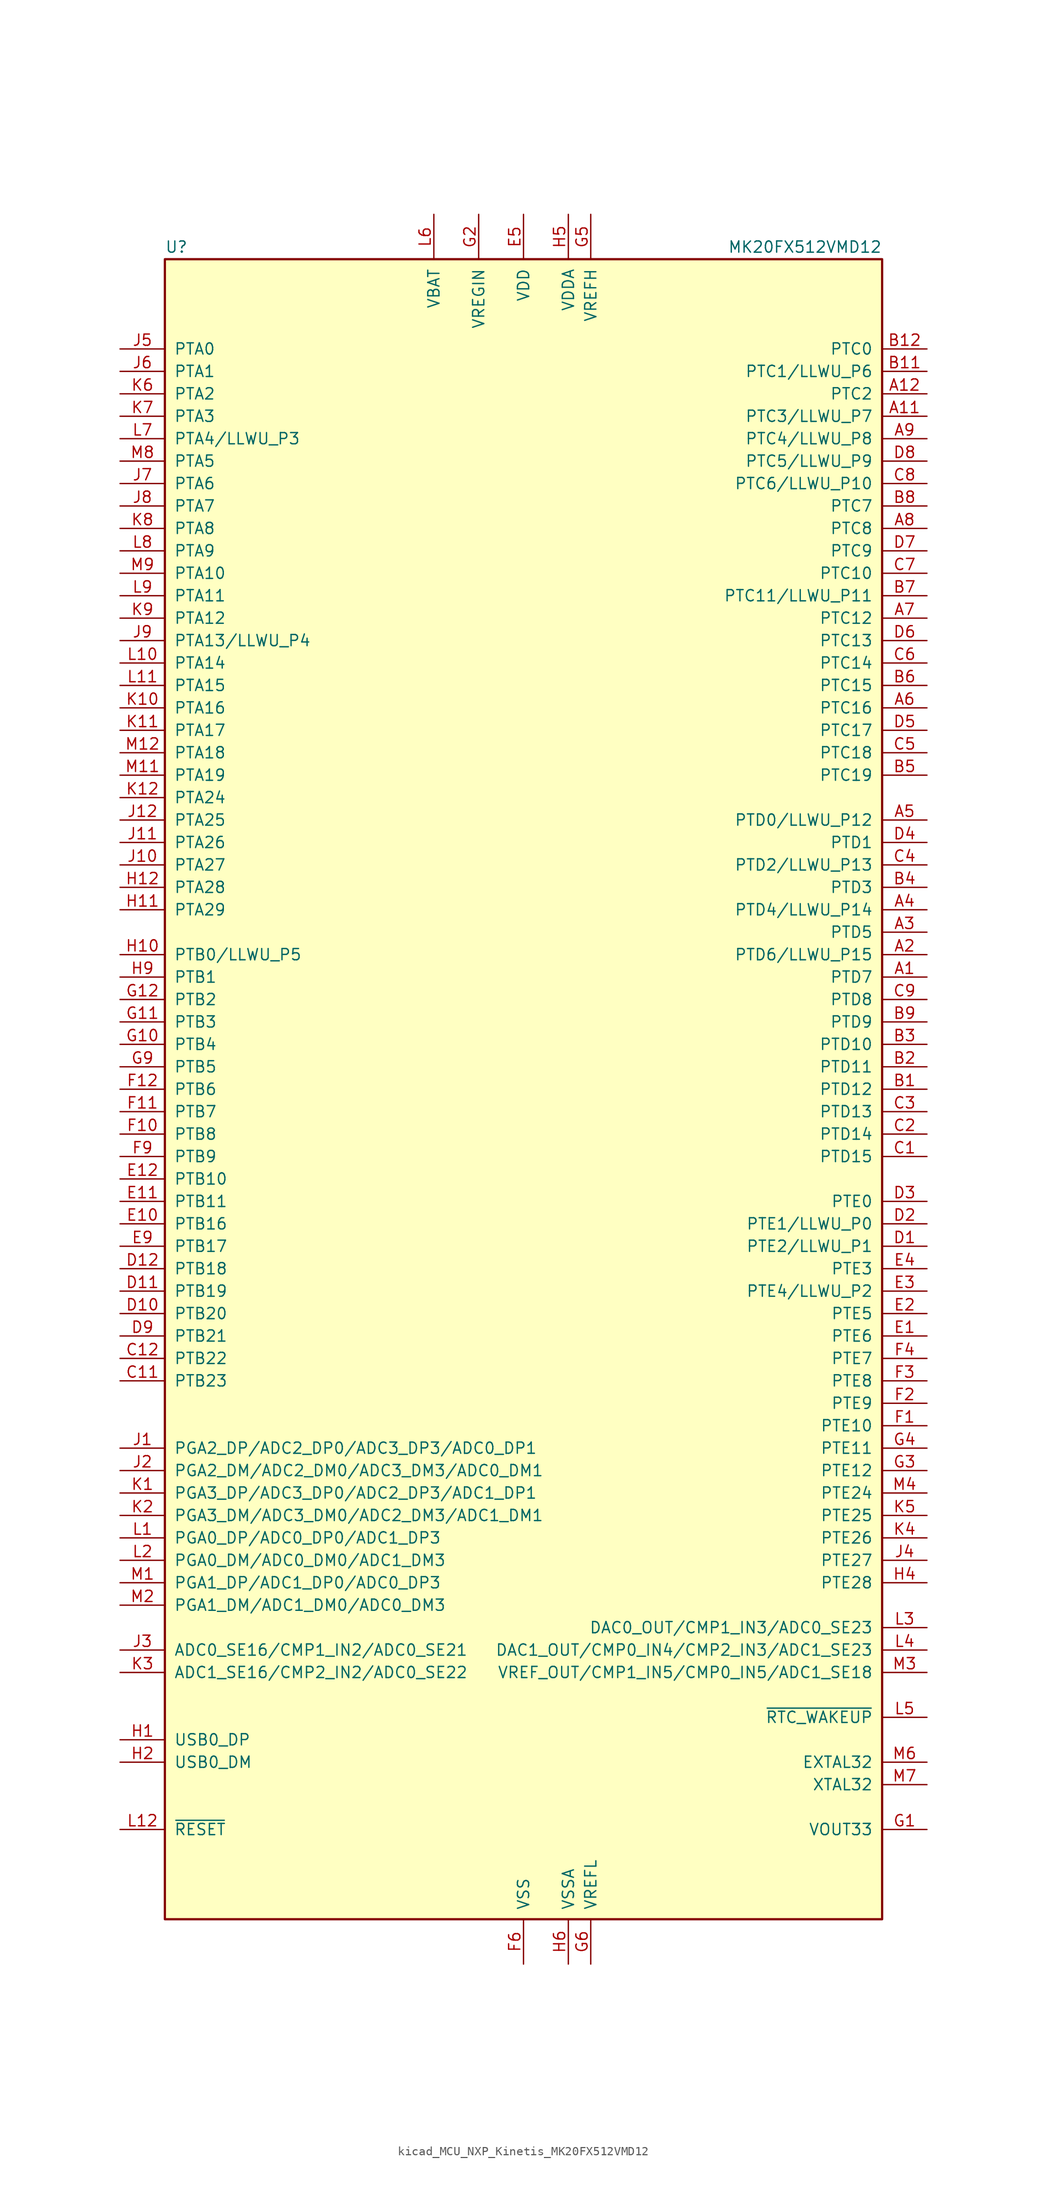
<source format=kicad_sym>
(kicad_symbol_lib
  (version 20220914)
  (generator kicad_symbol_editor)
  (symbol "kicad_MCU_NXP_Kinetis_MK20FX512VMD12"
    (pin_names
      (offset 1.016))
    (property "Reference" "U"
      (at -40.64 94.615 0)
      (effects (font (size 1.27 1.27)) (justify left bottom)))
    (property "Value" "MK20FX512VMD12"
      (at 40.64 94.615 0)
      (effects (font (size 1.27 1.27)) (justify right bottom)))
    (symbol "kicad_MCU_NXP_Kinetis_MK20FX512VMD12_0_1"
      (rectangle (start -40.64 93.98) (end 40.64 -93.98) (stroke (width 0.254) (type default)) (fill (type background))))
    (symbol "kicad_MCU_NXP_Kinetis_MK20FX512VMD12_1_1"
      (pin bidirectional line (at 45.72 12.7 180) (length 5.08) (name "PTD7" (effects (font (size 1.27 1.27)))) (number "A1" (effects (font (size 1.27 1.27)))))
      (pin no_connect line (at -12.7 -93.98 90) (length 5.08) hide (name "NC" (effects (font (size 1.27 1.27)))) (number "A10" (effects (font (size 1.27 1.27)))))
      (pin bidirectional line (at 45.72 76.2 180) (length 5.08) (name "PTC3/LLWU_P7" (effects (font (size 1.27 1.27)))) (number "A11" (effects (font (size 1.27 1.27)))))
      (pin bidirectional line (at 45.72 78.74 180) (length 5.08) (name "PTC2" (effects (font (size 1.27 1.27)))) (number "A12" (effects (font (size 1.27 1.27)))))
      (pin bidirectional line (at 45.72 15.24 180) (length 5.08) (name "PTD6/LLWU_P15" (effects (font (size 1.27 1.27)))) (number "A2" (effects (font (size 1.27 1.27)))))
      (pin bidirectional line (at 45.72 17.78 180) (length 5.08) (name "PTD5" (effects (font (size 1.27 1.27)))) (number "A3" (effects (font (size 1.27 1.27)))))
      (pin bidirectional line (at 45.72 20.32 180) (length 5.08) (name "PTD4/LLWU_P14" (effects (font (size 1.27 1.27)))) (number "A4" (effects (font (size 1.27 1.27)))))
      (pin bidirectional line (at 45.72 30.48 180) (length 5.08) (name "PTD0/LLWU_P12" (effects (font (size 1.27 1.27)))) (number "A5" (effects (font (size 1.27 1.27)))))
      (pin bidirectional line (at 45.72 43.18 180) (length 5.08) (name "PTC16" (effects (font (size 1.27 1.27)))) (number "A6" (effects (font (size 1.27 1.27)))))
      (pin bidirectional line (at 45.72 53.34 180) (length 5.08) (name "PTC12" (effects (font (size 1.27 1.27)))) (number "A7" (effects (font (size 1.27 1.27)))))
      (pin bidirectional line (at 45.72 63.5 180) (length 5.08) (name "PTC8" (effects (font (size 1.27 1.27)))) (number "A8" (effects (font (size 1.27 1.27)))))
      (pin bidirectional line (at 45.72 73.66 180) (length 5.08) (name "PTC4/LLWU_P8" (effects (font (size 1.27 1.27)))) (number "A9" (effects (font (size 1.27 1.27)))))
      (pin bidirectional line (at 45.72 0 180) (length 5.08) (name "PTD12" (effects (font (size 1.27 1.27)))) (number "B1" (effects (font (size 1.27 1.27)))))
      (pin no_connect line (at -10.16 -93.98 90) (length 5.08) hide (name "NC" (effects (font (size 1.27 1.27)))) (number "B10" (effects (font (size 1.27 1.27)))))
      (pin bidirectional line (at 45.72 81.28 180) (length 5.08) (name "PTC1/LLWU_P6" (effects (font (size 1.27 1.27)))) (number "B11" (effects (font (size 1.27 1.27)))))
      (pin bidirectional line (at 45.72 83.82 180) (length 5.08) (name "PTC0" (effects (font (size 1.27 1.27)))) (number "B12" (effects (font (size 1.27 1.27)))))
      (pin bidirectional line (at 45.72 2.54 180) (length 5.08) (name "PTD11" (effects (font (size 1.27 1.27)))) (number "B2" (effects (font (size 1.27 1.27)))))
      (pin bidirectional line (at 45.72 5.08 180) (length 5.08) (name "PTD10" (effects (font (size 1.27 1.27)))) (number "B3" (effects (font (size 1.27 1.27)))))
      (pin bidirectional line (at 45.72 22.86 180) (length 5.08) (name "PTD3" (effects (font (size 1.27 1.27)))) (number "B4" (effects (font (size 1.27 1.27)))))
      (pin bidirectional line (at 45.72 35.56 180) (length 5.08) (name "PTC19" (effects (font (size 1.27 1.27)))) (number "B5" (effects (font (size 1.27 1.27)))))
      (pin bidirectional line (at 45.72 45.72 180) (length 5.08) (name "PTC15" (effects (font (size 1.27 1.27)))) (number "B6" (effects (font (size 1.27 1.27)))))
      (pin bidirectional line (at 45.72 55.88 180) (length 5.08) (name "PTC11/LLWU_P11" (effects (font (size 1.27 1.27)))) (number "B7" (effects (font (size 1.27 1.27)))))
      (pin bidirectional line (at 45.72 66.04 180) (length 5.08) (name "PTC7" (effects (font (size 1.27 1.27)))) (number "B8" (effects (font (size 1.27 1.27)))))
      (pin bidirectional line (at 45.72 7.62 180) (length 5.08) (name "PTD9" (effects (font (size 1.27 1.27)))) (number "B9" (effects (font (size 1.27 1.27)))))
      (pin bidirectional line (at 45.72 -7.62 180) (length 5.08) (name "PTD15" (effects (font (size 1.27 1.27)))) (number "C1" (effects (font (size 1.27 1.27)))))
      (pin no_connect line (at -7.62 -93.98 90) (length 5.08) hide (name "NC" (effects (font (size 1.27 1.27)))) (number "C10" (effects (font (size 1.27 1.27)))))
      (pin bidirectional line (at -45.72 -33.02 0) (length 5.08) (name "PTB23" (effects (font (size 1.27 1.27)))) (number "C11" (effects (font (size 1.27 1.27)))))
      (pin bidirectional line (at -45.72 -30.48 0) (length 5.08) (name "PTB22" (effects (font (size 1.27 1.27)))) (number "C12" (effects (font (size 1.27 1.27)))))
      (pin bidirectional line (at 45.72 -5.08 180) (length 5.08) (name "PTD14" (effects (font (size 1.27 1.27)))) (number "C2" (effects (font (size 1.27 1.27)))))
      (pin bidirectional line (at 45.72 -2.54 180) (length 5.08) (name "PTD13" (effects (font (size 1.27 1.27)))) (number "C3" (effects (font (size 1.27 1.27)))))
      (pin bidirectional line (at 45.72 25.4 180) (length 5.08) (name "PTD2/LLWU_P13" (effects (font (size 1.27 1.27)))) (number "C4" (effects (font (size 1.27 1.27)))))
      (pin bidirectional line (at 45.72 38.1 180) (length 5.08) (name "PTC18" (effects (font (size 1.27 1.27)))) (number "C5" (effects (font (size 1.27 1.27)))))
      (pin bidirectional line (at 45.72 48.26 180) (length 5.08) (name "PTC14" (effects (font (size 1.27 1.27)))) (number "C6" (effects (font (size 1.27 1.27)))))
      (pin bidirectional line (at 45.72 58.42 180) (length 5.08) (name "PTC10" (effects (font (size 1.27 1.27)))) (number "C7" (effects (font (size 1.27 1.27)))))
      (pin bidirectional line (at 45.72 68.58 180) (length 5.08) (name "PTC6/LLWU_P10" (effects (font (size 1.27 1.27)))) (number "C8" (effects (font (size 1.27 1.27)))))
      (pin bidirectional line (at 45.72 10.16 180) (length 5.08) (name "PTD8" (effects (font (size 1.27 1.27)))) (number "C9" (effects (font (size 1.27 1.27)))))
      (pin bidirectional line (at 45.72 -17.78 180) (length 5.08) (name "PTE2/LLWU_P1" (effects (font (size 1.27 1.27)))) (number "D1" (effects (font (size 1.27 1.27)))))
      (pin bidirectional line (at -45.72 -25.4 0) (length 5.08) (name "PTB20" (effects (font (size 1.27 1.27)))) (number "D10" (effects (font (size 1.27 1.27)))))
      (pin bidirectional line (at -45.72 -22.86 0) (length 5.08) (name "PTB19" (effects (font (size 1.27 1.27)))) (number "D11" (effects (font (size 1.27 1.27)))))
      (pin bidirectional line (at -45.72 -20.32 0) (length 5.08) (name "PTB18" (effects (font (size 1.27 1.27)))) (number "D12" (effects (font (size 1.27 1.27)))))
      (pin bidirectional line (at 45.72 -15.24 180) (length 5.08) (name "PTE1/LLWU_P0" (effects (font (size 1.27 1.27)))) (number "D2" (effects (font (size 1.27 1.27)))))
      (pin bidirectional line (at 45.72 -12.7 180) (length 5.08) (name "PTE0" (effects (font (size 1.27 1.27)))) (number "D3" (effects (font (size 1.27 1.27)))))
      (pin bidirectional line (at 45.72 27.94 180) (length 5.08) (name "PTD1" (effects (font (size 1.27 1.27)))) (number "D4" (effects (font (size 1.27 1.27)))))
      (pin bidirectional line (at 45.72 40.64 180) (length 5.08) (name "PTC17" (effects (font (size 1.27 1.27)))) (number "D5" (effects (font (size 1.27 1.27)))))
      (pin bidirectional line (at 45.72 50.8 180) (length 5.08) (name "PTC13" (effects (font (size 1.27 1.27)))) (number "D6" (effects (font (size 1.27 1.27)))))
      (pin bidirectional line (at 45.72 60.96 180) (length 5.08) (name "PTC9" (effects (font (size 1.27 1.27)))) (number "D7" (effects (font (size 1.27 1.27)))))
      (pin bidirectional line (at 45.72 71.12 180) (length 5.08) (name "PTC5/LLWU_P9" (effects (font (size 1.27 1.27)))) (number "D8" (effects (font (size 1.27 1.27)))))
      (pin bidirectional line (at -45.72 -27.94 0) (length 5.08) (name "PTB21" (effects (font (size 1.27 1.27)))) (number "D9" (effects (font (size 1.27 1.27)))))
      (pin bidirectional line (at 45.72 -27.94 180) (length 5.08) (name "PTE6" (effects (font (size 1.27 1.27)))) (number "E1" (effects (font (size 1.27 1.27)))))
      (pin bidirectional line (at -45.72 -15.24 0) (length 5.08) (name "PTB16" (effects (font (size 1.27 1.27)))) (number "E10" (effects (font (size 1.27 1.27)))))
      (pin bidirectional line (at -45.72 -12.7 0) (length 5.08) (name "PTB11" (effects (font (size 1.27 1.27)))) (number "E11" (effects (font (size 1.27 1.27)))))
      (pin bidirectional line (at -45.72 -10.16 0) (length 5.08) (name "PTB10" (effects (font (size 1.27 1.27)))) (number "E12" (effects (font (size 1.27 1.27)))))
      (pin bidirectional line (at 45.72 -25.4 180) (length 5.08) (name "PTE5" (effects (font (size 1.27 1.27)))) (number "E2" (effects (font (size 1.27 1.27)))))
      (pin bidirectional line (at 45.72 -22.86 180) (length 5.08) (name "PTE4/LLWU_P2" (effects (font (size 1.27 1.27)))) (number "E3" (effects (font (size 1.27 1.27)))))
      (pin bidirectional line (at 45.72 -20.32 180) (length 5.08) (name "PTE3" (effects (font (size 1.27 1.27)))) (number "E4" (effects (font (size 1.27 1.27)))))
      (pin power_in line (at 0 99.06 270) (length 5.08) (name "VDD" (effects (font (size 1.27 1.27)))) (number "E5" (effects (font (size 1.27 1.27)))))
      (pin passive line (at 0 99.06 270) (length 5.08) hide (name "VDD" (effects (font (size 1.27 1.27)))) (number "E6" (effects (font (size 1.27 1.27)))))
      (pin passive line (at 0 99.06 270) (length 5.08) hide (name "VDD" (effects (font (size 1.27 1.27)))) (number "E7" (effects (font (size 1.27 1.27)))))
      (pin passive line (at 0 99.06 270) (length 5.08) hide (name "VDD" (effects (font (size 1.27 1.27)))) (number "E8" (effects (font (size 1.27 1.27)))))
      (pin bidirectional line (at -45.72 -17.78 0) (length 5.08) (name "PTB17" (effects (font (size 1.27 1.27)))) (number "E9" (effects (font (size 1.27 1.27)))))
      (pin bidirectional line (at 45.72 -38.1 180) (length 5.08) (name "PTE10" (effects (font (size 1.27 1.27)))) (number "F1" (effects (font (size 1.27 1.27)))))
      (pin bidirectional line (at -45.72 -5.08 0) (length 5.08) (name "PTB8" (effects (font (size 1.27 1.27)))) (number "F10" (effects (font (size 1.27 1.27)))))
      (pin bidirectional line (at -45.72 -2.54 0) (length 5.08) (name "PTB7" (effects (font (size 1.27 1.27)))) (number "F11" (effects (font (size 1.27 1.27)))))
      (pin bidirectional line (at -45.72 0 0) (length 5.08) (name "PTB6" (effects (font (size 1.27 1.27)))) (number "F12" (effects (font (size 1.27 1.27)))))
      (pin bidirectional line (at 45.72 -35.56 180) (length 5.08) (name "PTE9" (effects (font (size 1.27 1.27)))) (number "F2" (effects (font (size 1.27 1.27)))))
      (pin bidirectional line (at 45.72 -33.02 180) (length 5.08) (name "PTE8" (effects (font (size 1.27 1.27)))) (number "F3" (effects (font (size 1.27 1.27)))))
      (pin bidirectional line (at 45.72 -30.48 180) (length 5.08) (name "PTE7" (effects (font (size 1.27 1.27)))) (number "F4" (effects (font (size 1.27 1.27)))))
      (pin passive line (at 0 99.06 270) (length 5.08) hide (name "VDD" (effects (font (size 1.27 1.27)))) (number "F5" (effects (font (size 1.27 1.27)))))
      (pin power_in line (at 0 -99.06 90) (length 5.08) (name "VSS" (effects (font (size 1.27 1.27)))) (number "F6" (effects (font (size 1.27 1.27)))))
      (pin passive line (at 0 -99.06 90) (length 5.08) hide (name "VSS" (effects (font (size 1.27 1.27)))) (number "F7" (effects (font (size 1.27 1.27)))))
      (pin passive line (at 0 99.06 270) (length 5.08) hide (name "VDD" (effects (font (size 1.27 1.27)))) (number "F8" (effects (font (size 1.27 1.27)))))
      (pin bidirectional line (at -45.72 -7.62 0) (length 5.08) (name "PTB9" (effects (font (size 1.27 1.27)))) (number "F9" (effects (font (size 1.27 1.27)))))
      (pin power_out line (at 45.72 -83.82 180) (length 5.08) (name "VOUT33" (effects (font (size 1.27 1.27)))) (number "G1" (effects (font (size 1.27 1.27)))))
      (pin bidirectional line (at -45.72 5.08 0) (length 5.08) (name "PTB4" (effects (font (size 1.27 1.27)))) (number "G10" (effects (font (size 1.27 1.27)))))
      (pin bidirectional line (at -45.72 7.62 0) (length 5.08) (name "PTB3" (effects (font (size 1.27 1.27)))) (number "G11" (effects (font (size 1.27 1.27)))))
      (pin bidirectional line (at -45.72 10.16 0) (length 5.08) (name "PTB2" (effects (font (size 1.27 1.27)))) (number "G12" (effects (font (size 1.27 1.27)))))
      (pin power_in line (at -5.08 99.06 270) (length 5.08) (name "VREGIN" (effects (font (size 1.27 1.27)))) (number "G2" (effects (font (size 1.27 1.27)))))
      (pin bidirectional line (at 45.72 -43.18 180) (length 5.08) (name "PTE12" (effects (font (size 1.27 1.27)))) (number "G3" (effects (font (size 1.27 1.27)))))
      (pin bidirectional line (at 45.72 -40.64 180) (length 5.08) (name "PTE11" (effects (font (size 1.27 1.27)))) (number "G4" (effects (font (size 1.27 1.27)))))
      (pin power_in line (at 7.62 99.06 270) (length 5.08) (name "VREFH" (effects (font (size 1.27 1.27)))) (number "G5" (effects (font (size 1.27 1.27)))))
      (pin power_in line (at 7.62 -99.06 90) (length 5.08) (name "VREFL" (effects (font (size 1.27 1.27)))) (number "G6" (effects (font (size 1.27 1.27)))))
      (pin passive line (at 0 -99.06 90) (length 5.08) hide (name "VSS" (effects (font (size 1.27 1.27)))) (number "G7" (effects (font (size 1.27 1.27)))))
      (pin passive line (at 0 -99.06 90) (length 5.08) hide (name "VSS" (effects (font (size 1.27 1.27)))) (number "G8" (effects (font (size 1.27 1.27)))))
      (pin bidirectional line (at -45.72 2.54 0) (length 5.08) (name "PTB5" (effects (font (size 1.27 1.27)))) (number "G9" (effects (font (size 1.27 1.27)))))
      (pin bidirectional line (at -45.72 -73.66 0) (length 5.08) (name "USB0_DP" (effects (font (size 1.27 1.27)))) (number "H1" (effects (font (size 1.27 1.27)))))
      (pin bidirectional line (at -45.72 15.24 0) (length 5.08) (name "PTB0/LLWU_P5" (effects (font (size 1.27 1.27)))) (number "H10" (effects (font (size 1.27 1.27)))))
      (pin bidirectional line (at -45.72 20.32 0) (length 5.08) (name "PTA29" (effects (font (size 1.27 1.27)))) (number "H11" (effects (font (size 1.27 1.27)))))
      (pin bidirectional line (at -45.72 22.86 0) (length 5.08) (name "PTA28" (effects (font (size 1.27 1.27)))) (number "H12" (effects (font (size 1.27 1.27)))))
      (pin bidirectional line (at -45.72 -76.2 0) (length 5.08) (name "USB0_DM" (effects (font (size 1.27 1.27)))) (number "H2" (effects (font (size 1.27 1.27)))))
      (pin passive line (at 0 -99.06 90) (length 5.08) hide (name "VSS" (effects (font (size 1.27 1.27)))) (number "H3" (effects (font (size 1.27 1.27)))))
      (pin bidirectional line (at 45.72 -55.88 180) (length 5.08) (name "PTE28" (effects (font (size 1.27 1.27)))) (number "H4" (effects (font (size 1.27 1.27)))))
      (pin power_in line (at 5.08 99.06 270) (length 5.08) (name "VDDA" (effects (font (size 1.27 1.27)))) (number "H5" (effects (font (size 1.27 1.27)))))
      (pin power_in line (at 5.08 -99.06 90) (length 5.08) (name "VSSA" (effects (font (size 1.27 1.27)))) (number "H6" (effects (font (size 1.27 1.27)))))
      (pin passive line (at 0 -99.06 90) (length 5.08) hide (name "VSS" (effects (font (size 1.27 1.27)))) (number "H7" (effects (font (size 1.27 1.27)))))
      (pin passive line (at 0 -99.06 90) (length 5.08) hide (name "VSS" (effects (font (size 1.27 1.27)))) (number "H8" (effects (font (size 1.27 1.27)))))
      (pin bidirectional line (at -45.72 12.7 0) (length 5.08) (name "PTB1" (effects (font (size 1.27 1.27)))) (number "H9" (effects (font (size 1.27 1.27)))))
      (pin input line (at -45.72 -40.64 0) (length 5.08) (name "PGA2_DP/ADC2_DP0/ADC3_DP3/ADC0_DP1" (effects (font (size 1.27 1.27)))) (number "J1" (effects (font (size 1.27 1.27)))))
      (pin bidirectional line (at -45.72 25.4 0) (length 5.08) (name "PTA27" (effects (font (size 1.27 1.27)))) (number "J10" (effects (font (size 1.27 1.27)))))
      (pin bidirectional line (at -45.72 27.94 0) (length 5.08) (name "PTA26" (effects (font (size 1.27 1.27)))) (number "J11" (effects (font (size 1.27 1.27)))))
      (pin bidirectional line (at -45.72 30.48 0) (length 5.08) (name "PTA25" (effects (font (size 1.27 1.27)))) (number "J12" (effects (font (size 1.27 1.27)))))
      (pin input line (at -45.72 -43.18 0) (length 5.08) (name "PGA2_DM/ADC2_DM0/ADC3_DM3/ADC0_DM1" (effects (font (size 1.27 1.27)))) (number "J2" (effects (font (size 1.27 1.27)))))
      (pin input line (at -45.72 -63.5 0) (length 5.08) (name "ADC0_SE16/CMP1_IN2/ADC0_SE21" (effects (font (size 1.27 1.27)))) (number "J3" (effects (font (size 1.27 1.27)))))
      (pin bidirectional line (at 45.72 -53.34 180) (length 5.08) (name "PTE27" (effects (font (size 1.27 1.27)))) (number "J4" (effects (font (size 1.27 1.27)))))
      (pin bidirectional line (at -45.72 83.82 0) (length 5.08) (name "PTA0" (effects (font (size 1.27 1.27)))) (number "J5" (effects (font (size 1.27 1.27)))))
      (pin bidirectional line (at -45.72 81.28 0) (length 5.08) (name "PTA1" (effects (font (size 1.27 1.27)))) (number "J6" (effects (font (size 1.27 1.27)))))
      (pin bidirectional line (at -45.72 68.58 0) (length 5.08) (name "PTA6" (effects (font (size 1.27 1.27)))) (number "J7" (effects (font (size 1.27 1.27)))))
      (pin bidirectional line (at -45.72 66.04 0) (length 5.08) (name "PTA7" (effects (font (size 1.27 1.27)))) (number "J8" (effects (font (size 1.27 1.27)))))
      (pin bidirectional line (at -45.72 50.8 0) (length 5.08) (name "PTA13/LLWU_P4" (effects (font (size 1.27 1.27)))) (number "J9" (effects (font (size 1.27 1.27)))))
      (pin input line (at -45.72 -45.72 0) (length 5.08) (name "PGA3_DP/ADC3_DP0/ADC2_DP3/ADC1_DP1" (effects (font (size 1.27 1.27)))) (number "K1" (effects (font (size 1.27 1.27)))))
      (pin bidirectional line (at -45.72 43.18 0) (length 5.08) (name "PTA16" (effects (font (size 1.27 1.27)))) (number "K10" (effects (font (size 1.27 1.27)))))
      (pin bidirectional line (at -45.72 40.64 0) (length 5.08) (name "PTA17" (effects (font (size 1.27 1.27)))) (number "K11" (effects (font (size 1.27 1.27)))))
      (pin bidirectional line (at -45.72 33.02 0) (length 5.08) (name "PTA24" (effects (font (size 1.27 1.27)))) (number "K12" (effects (font (size 1.27 1.27)))))
      (pin input line (at -45.72 -48.26 0) (length 5.08) (name "PGA3_DM/ADC3_DM0/ADC2_DM3/ADC1_DM1" (effects (font (size 1.27 1.27)))) (number "K2" (effects (font (size 1.27 1.27)))))
      (pin input line (at -45.72 -66.04 0) (length 5.08) (name "ADC1_SE16/CMP2_IN2/ADC0_SE22" (effects (font (size 1.27 1.27)))) (number "K3" (effects (font (size 1.27 1.27)))))
      (pin bidirectional line (at 45.72 -50.8 180) (length 5.08) (name "PTE26" (effects (font (size 1.27 1.27)))) (number "K4" (effects (font (size 1.27 1.27)))))
      (pin bidirectional line (at 45.72 -48.26 180) (length 5.08) (name "PTE25" (effects (font (size 1.27 1.27)))) (number "K5" (effects (font (size 1.27 1.27)))))
      (pin bidirectional line (at -45.72 78.74 0) (length 5.08) (name "PTA2" (effects (font (size 1.27 1.27)))) (number "K6" (effects (font (size 1.27 1.27)))))
      (pin bidirectional line (at -45.72 76.2 0) (length 5.08) (name "PTA3" (effects (font (size 1.27 1.27)))) (number "K7" (effects (font (size 1.27 1.27)))))
      (pin bidirectional line (at -45.72 63.5 0) (length 5.08) (name "PTA8" (effects (font (size 1.27 1.27)))) (number "K8" (effects (font (size 1.27 1.27)))))
      (pin bidirectional line (at -45.72 53.34 0) (length 5.08) (name "PTA12" (effects (font (size 1.27 1.27)))) (number "K9" (effects (font (size 1.27 1.27)))))
      (pin input line (at -45.72 -50.8 0) (length 5.08) (name "PGA0_DP/ADC0_DP0/ADC1_DP3" (effects (font (size 1.27 1.27)))) (number "L1" (effects (font (size 1.27 1.27)))))
      (pin bidirectional line (at -45.72 48.26 0) (length 5.08) (name "PTA14" (effects (font (size 1.27 1.27)))) (number "L10" (effects (font (size 1.27 1.27)))))
      (pin bidirectional line (at -45.72 45.72 0) (length 5.08) (name "PTA15" (effects (font (size 1.27 1.27)))) (number "L11" (effects (font (size 1.27 1.27)))))
      (pin bidirectional line (at -45.72 -83.82 0) (length 5.08) (name "~{RESET}" (effects (font (size 1.27 1.27)))) (number "L12" (effects (font (size 1.27 1.27)))))
      (pin input line (at -45.72 -53.34 0) (length 5.08) (name "PGA0_DM/ADC0_DM0/ADC1_DM3" (effects (font (size 1.27 1.27)))) (number "L2" (effects (font (size 1.27 1.27)))))
      (pin bidirectional line (at 45.72 -60.96 180) (length 5.08) (name "DAC0_OUT/CMP1_IN3/ADC0_SE23" (effects (font (size 1.27 1.27)))) (number "L3" (effects (font (size 1.27 1.27)))))
      (pin bidirectional line (at 45.72 -63.5 180) (length 5.08) (name "DAC1_OUT/CMP0_IN4/CMP2_IN3/ADC1_SE23" (effects (font (size 1.27 1.27)))) (number "L4" (effects (font (size 1.27 1.27)))))
      (pin output line (at 45.72 -71.12 180) (length 5.08) (name "~{RTC_WAKEUP}" (effects (font (size 1.27 1.27)))) (number "L5" (effects (font (size 1.27 1.27)))))
      (pin power_in line (at -10.16 99.06 270) (length 5.08) (name "VBAT" (effects (font (size 1.27 1.27)))) (number "L6" (effects (font (size 1.27 1.27)))))
      (pin bidirectional line (at -45.72 73.66 0) (length 5.08) (name "PTA4/LLWU_P3" (effects (font (size 1.27 1.27)))) (number "L7" (effects (font (size 1.27 1.27)))))
      (pin bidirectional line (at -45.72 60.96 0) (length 5.08) (name "PTA9" (effects (font (size 1.27 1.27)))) (number "L8" (effects (font (size 1.27 1.27)))))
      (pin bidirectional line (at -45.72 55.88 0) (length 5.08) (name "PTA11" (effects (font (size 1.27 1.27)))) (number "L9" (effects (font (size 1.27 1.27)))))
      (pin input line (at -45.72 -55.88 0) (length 5.08) (name "PGA1_DP/ADC1_DP0/ADC0_DP3" (effects (font (size 1.27 1.27)))) (number "M1" (effects (font (size 1.27 1.27)))))
      (pin passive line (at 0 -99.06 90) (length 5.08) hide (name "VSS" (effects (font (size 1.27 1.27)))) (number "M10" (effects (font (size 1.27 1.27)))))
      (pin bidirectional line (at -45.72 35.56 0) (length 5.08) (name "PTA19" (effects (font (size 1.27 1.27)))) (number "M11" (effects (font (size 1.27 1.27)))))
      (pin bidirectional line (at -45.72 38.1 0) (length 5.08) (name "PTA18" (effects (font (size 1.27 1.27)))) (number "M12" (effects (font (size 1.27 1.27)))))
      (pin input line (at -45.72 -58.42 0) (length 5.08) (name "PGA1_DM/ADC1_DM0/ADC0_DM3" (effects (font (size 1.27 1.27)))) (number "M2" (effects (font (size 1.27 1.27)))))
      (pin bidirectional line (at 45.72 -66.04 180) (length 5.08) (name "VREF_OUT/CMP1_IN5/CMP0_IN5/ADC1_SE18" (effects (font (size 1.27 1.27)))) (number "M3" (effects (font (size 1.27 1.27)))))
      (pin bidirectional line (at 45.72 -45.72 180) (length 5.08) (name "PTE24" (effects (font (size 1.27 1.27)))) (number "M4" (effects (font (size 1.27 1.27)))))
      (pin no_connect line (at -5.08 -93.98 90) (length 5.08) hide (name "NC" (effects (font (size 1.27 1.27)))) (number "M5" (effects (font (size 1.27 1.27)))))
      (pin input line (at 45.72 -76.2 180) (length 5.08) (name "EXTAL32" (effects (font (size 1.27 1.27)))) (number "M6" (effects (font (size 1.27 1.27)))))
      (pin output line (at 45.72 -78.74 180) (length 5.08) (name "XTAL32" (effects (font (size 1.27 1.27)))) (number "M7" (effects (font (size 1.27 1.27)))))
      (pin bidirectional line (at -45.72 71.12 0) (length 5.08) (name "PTA5" (effects (font (size 1.27 1.27)))) (number "M8" (effects (font (size 1.27 1.27)))))
      (pin bidirectional line (at -45.72 58.42 0) (length 5.08) (name "PTA10" (effects (font (size 1.27 1.27)))) (number "M9" (effects (font (size 1.27 1.27))))))))
</source>
